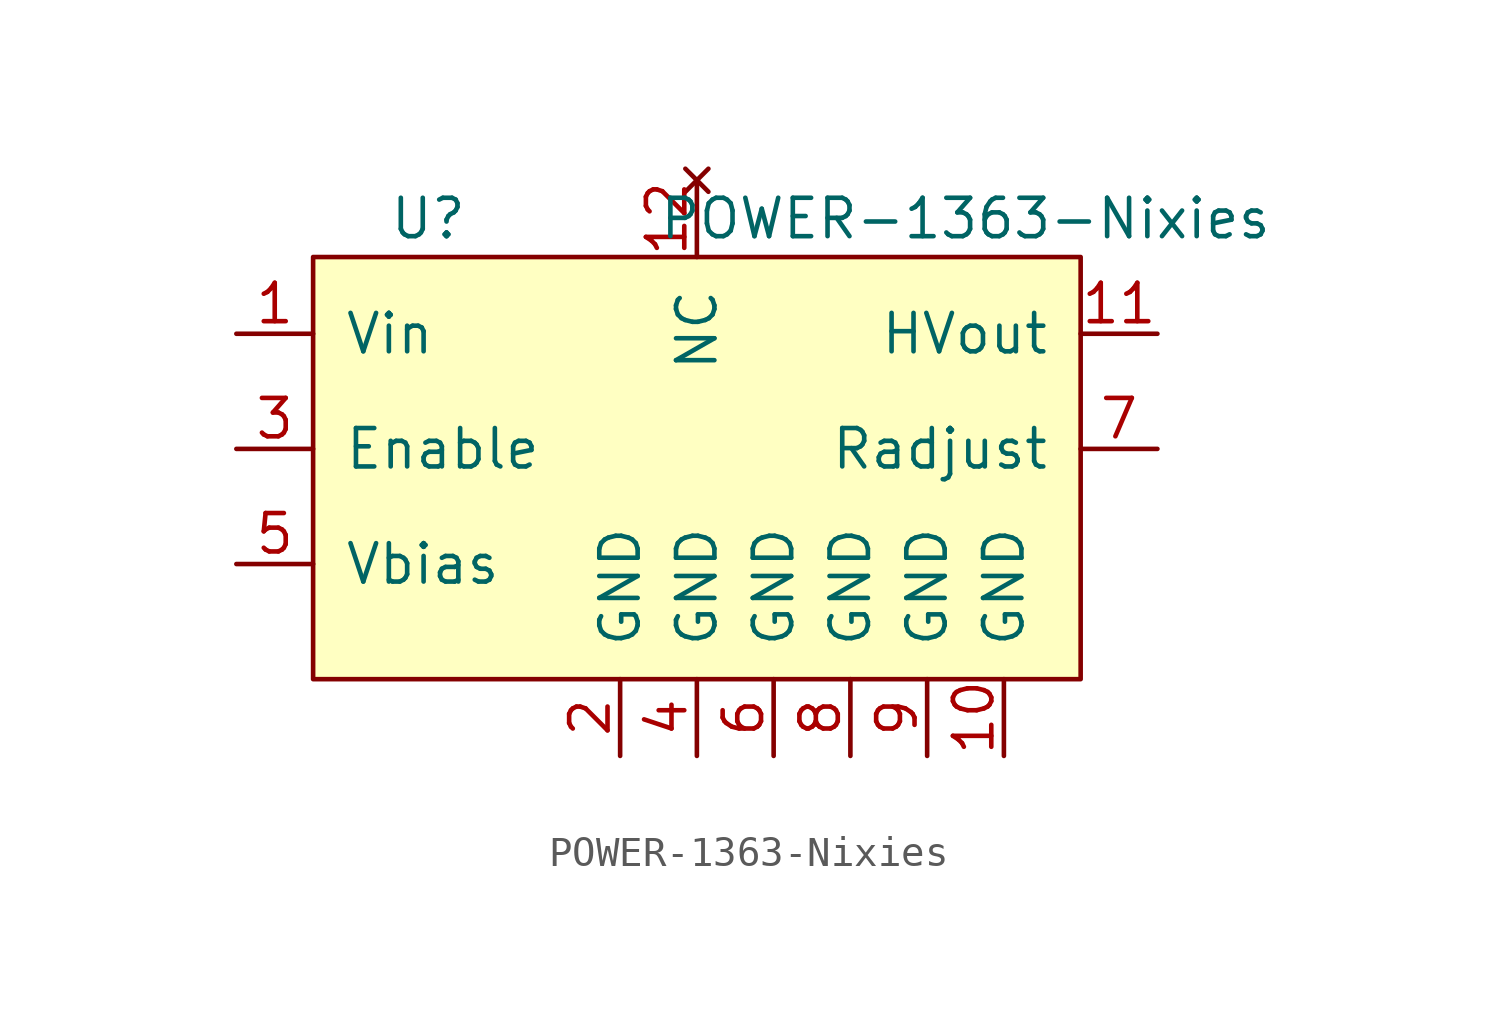
<source format=kicad_sym>
(kicad_symbol_lib
  (version 20211014)
  (generator kicad_symbol_editor)
  (symbol "POWER-1363-Nixies"
    (pin_names
      (offset 1.016))
    (property "Reference" "U"
      (at 0 0 0)
      (effects (font (size 1.27 1.27))))
    (property "Value" "POWER-1363-Nixies"
      (at 17.78 0 0)
      (effects (font (size 1.27 1.27))))
    (symbol "POWER-1363-Nixies_0_1"
      (rectangle (start -3.81 -1.27) (end 21.59 -15.24) (stroke (width 0) (type default) (color 0 0 0 0)) (fill (type background))))
    (symbol "POWER-1363-Nixies_1_1"
      (pin power_in line (at -6.35 -3.81 0) (length 2.54) (name "Vin" (effects (font (size 1.27 1.27)))) (number "1" (effects (font (size 1.27 1.27)))))
      (pin power_in line (at 19.05 -17.78 90) (length 2.54) (name "GND" (effects (font (size 1.27 1.27)))) (number "10" (effects (font (size 1.27 1.27)))))
      (pin power_out line (at 24.13 -3.81 180) (length 2.54) (name "HVout" (effects (font (size 1.27 1.27)))) (number "11" (effects (font (size 1.27 1.27)))))
      (pin no_connect line (at 8.89 1.27 270) (length 2.54) (name "NC" (effects (font (size 1.27 1.27)))) (number "12" (effects (font (size 1.27 1.27)))))
      (pin power_in line (at 6.35 -17.78 90) (length 2.54) (name "GND" (effects (font (size 1.27 1.27)))) (number "2" (effects (font (size 1.27 1.27)))))
      (pin input line (at -6.35 -7.62 0) (length 2.54) (name "Enable" (effects (font (size 1.27 1.27)))) (number "3" (effects (font (size 1.27 1.27)))))
      (pin power_in line (at 8.89 -17.78 90) (length 2.54) (name "GND" (effects (font (size 1.27 1.27)))) (number "4" (effects (font (size 1.27 1.27)))))
      (pin input line (at -6.35 -11.43 0) (length 2.54) (name "Vbias" (effects (font (size 1.27 1.27)))) (number "5" (effects (font (size 1.27 1.27)))))
      (pin power_in line (at 11.43 -17.78 90) (length 2.54) (name "GND" (effects (font (size 1.27 1.27)))) (number "6" (effects (font (size 1.27 1.27)))))
      (pin input line (at 24.13 -7.62 180) (length 2.54) (name "Radjust" (effects (font (size 1.27 1.27)))) (number "7" (effects (font (size 1.27 1.27)))))
      (pin power_in line (at 13.97 -17.78 90) (length 2.54) (name "GND" (effects (font (size 1.27 1.27)))) (number "8" (effects (font (size 1.27 1.27)))))
      (pin power_in line (at 16.51 -17.78 90) (length 2.54) (name "GND" (effects (font (size 1.27 1.27)))) (number "9" (effects (font (size 1.27 1.27))))))))
</source>
